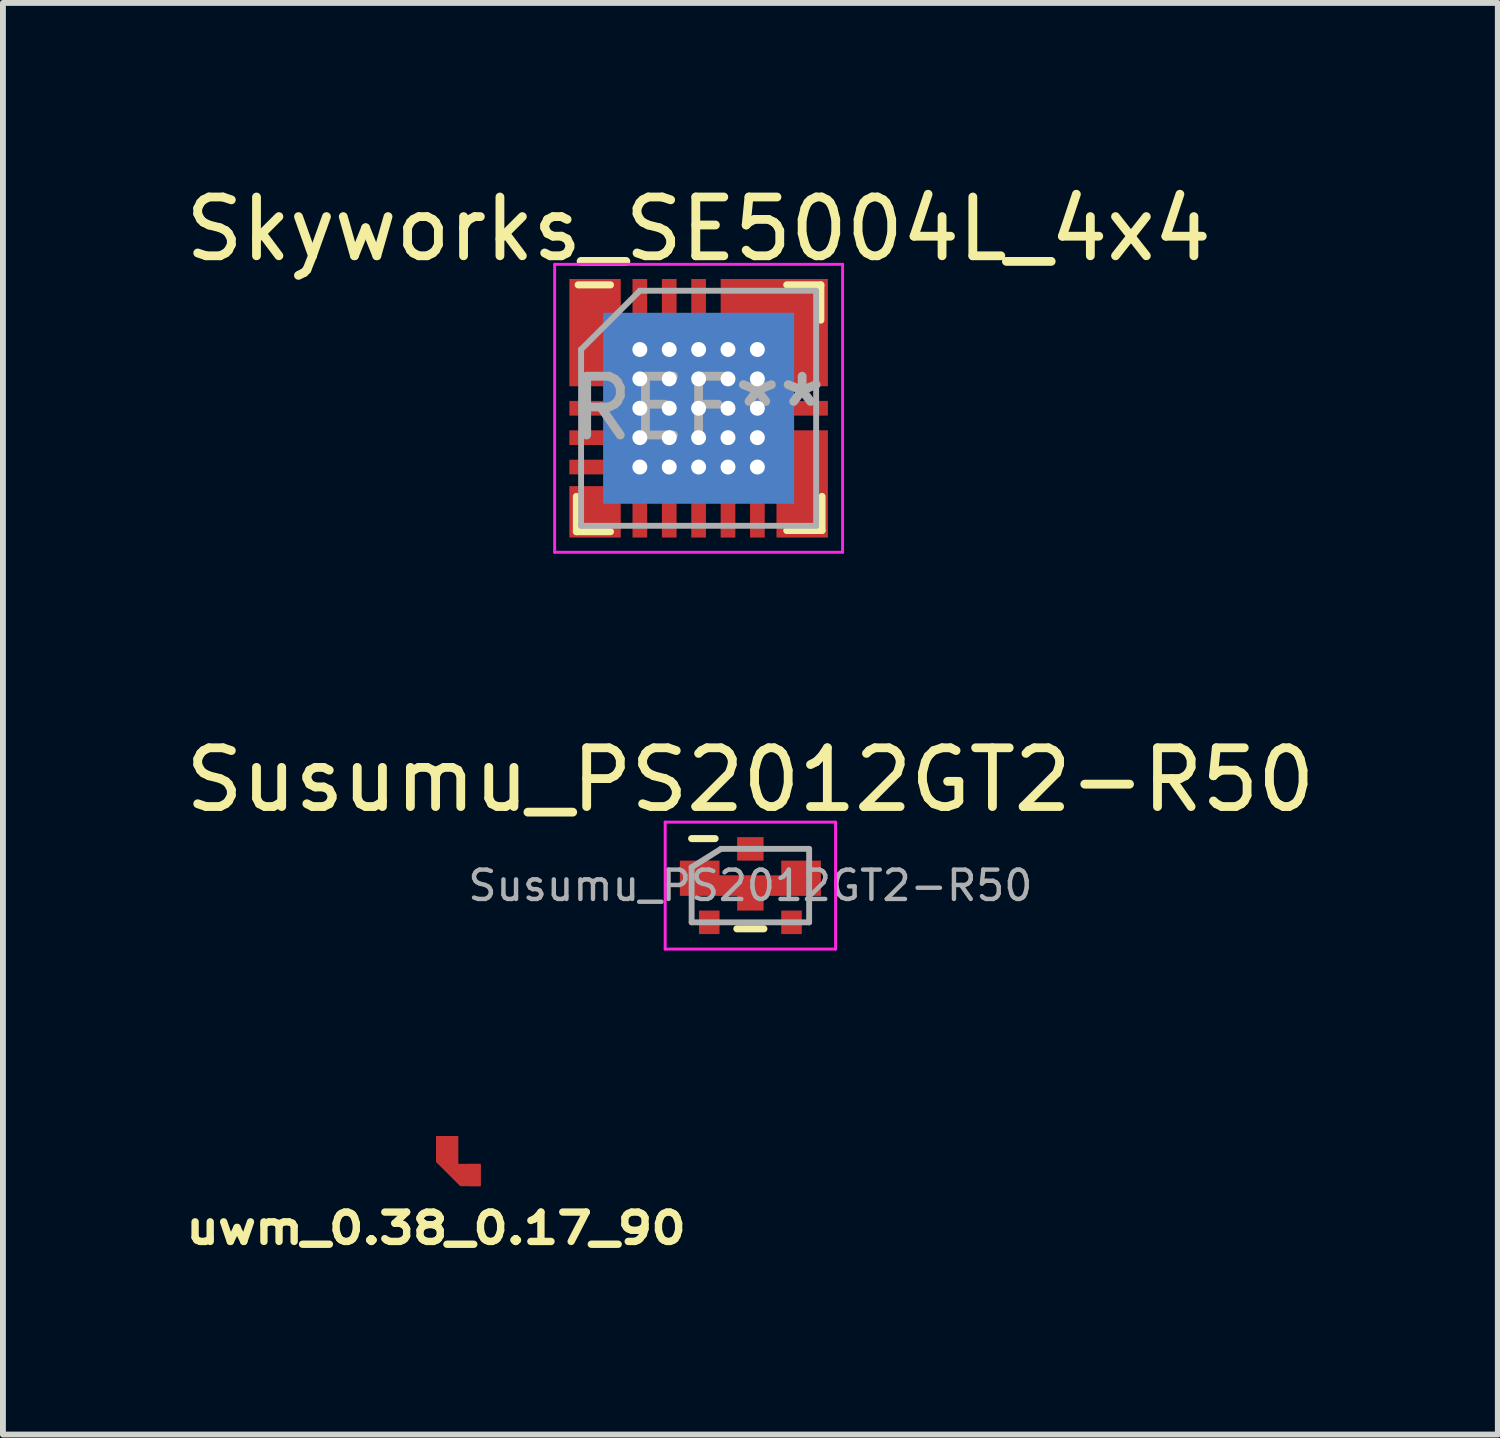
<source format=kicad_pcb>
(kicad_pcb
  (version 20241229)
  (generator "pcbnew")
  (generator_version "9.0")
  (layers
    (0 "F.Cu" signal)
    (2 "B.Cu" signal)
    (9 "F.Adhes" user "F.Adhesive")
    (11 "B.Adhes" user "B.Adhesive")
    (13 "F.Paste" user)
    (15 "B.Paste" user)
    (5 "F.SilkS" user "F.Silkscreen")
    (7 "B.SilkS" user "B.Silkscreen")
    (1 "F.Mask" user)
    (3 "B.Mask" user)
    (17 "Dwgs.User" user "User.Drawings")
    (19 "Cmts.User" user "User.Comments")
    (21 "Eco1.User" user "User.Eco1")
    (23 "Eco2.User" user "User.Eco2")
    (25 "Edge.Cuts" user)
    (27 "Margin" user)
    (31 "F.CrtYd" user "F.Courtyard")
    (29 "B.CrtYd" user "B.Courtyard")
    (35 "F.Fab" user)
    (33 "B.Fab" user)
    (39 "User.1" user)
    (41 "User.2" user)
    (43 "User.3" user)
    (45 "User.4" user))
  (footprint "Skyworks_SE5004L_4x4"
    (layer "F.Cu")
    (at 8.839 3.898)
    (property "Reference" "Skyworks_SE5004L_4x4" (at 0 -3.05 0) (layer "F.SilkS") (effects (font (size 1 1) (thickness 0.15))))
    (attr smd)
    (fp_poly (pts (xy -1.45 -0.825) (xy -2.25 -0.825) (xy -2.25 -1.175) (xy -1.45 -1.175)) (stroke (width 0) (type solid)) (fill yes) (layer "F.Mask"))
    (fp_poly (pts (xy -1.45 -0.325) (xy -2.25 -0.325) (xy -2.25 -0.675) (xy -1.45 -0.675)) (stroke (width 0) (type solid)) (fill yes) (layer "F.Mask"))
    (fp_poly (pts (xy -1.45 0.175) (xy -2.25 0.175) (xy -2.25 -0.175) (xy -1.45 -0.175)) (stroke (width 0) (type solid)) (fill yes) (layer "F.Mask"))
    (fp_poly (pts (xy -1.45 0.675) (xy -2.25 0.675) (xy -2.25 0.325) (xy -1.45 0.325)) (stroke (width 0) (type solid)) (fill yes) (layer "F.Mask"))
    (fp_poly (pts (xy -1.45 1.175) (xy -2.25 1.175) (xy -2.25 0.825) (xy -1.45 0.825)) (stroke (width 0) (type solid)) (fill yes) (layer "F.Mask"))
    (fp_poly (pts (xy -0.825 -2.25) (xy -0.825 -1.45) (xy -1.175 -1.45) (xy -1.175 -2.25)) (stroke (width 0) (type solid)) (fill yes) (layer "F.Mask"))
    (fp_poly (pts (xy -0.825 1.45) (xy -0.825 2.25) (xy -1.175 2.25) (xy -1.175 1.45)) (stroke (width 0) (type solid)) (fill yes) (layer "F.Mask"))
    (fp_poly (pts (xy -0.325 -2.25) (xy -0.325 -1.45) (xy -0.675 -1.45) (xy -0.675 -2.25)) (stroke (width 0) (type solid)) (fill yes) (layer "F.Mask"))
    (fp_poly (pts (xy -0.325 1.45) (xy -0.325 2.25) (xy -0.675 2.25) (xy -0.675 1.45)) (stroke (width 0) (type solid)) (fill yes) (layer "F.Mask"))
    (fp_poly (pts (xy 0.175 -2.25) (xy 0.175 -1.45) (xy -0.175 -1.45) (xy -0.175 -2.25)) (stroke (width 0) (type solid)) (fill yes) (layer "F.Mask"))
    (fp_poly (pts (xy 0.175 1.45) (xy 0.175 2.25) (xy -0.175 2.25) (xy -0.175 1.45)) (stroke (width 0) (type solid)) (fill yes) (layer "F.Mask"))
    (fp_poly (pts (xy 0.675 -2.25) (xy 0.675 -1.45) (xy 0.325 -1.45) (xy 0.325 -2.25)) (stroke (width 0) (type solid)) (fill yes) (layer "F.Mask"))
    (fp_poly (pts (xy 0.675 1.45) (xy 0.675 2.25) (xy 0.325 2.25) (xy 0.325 1.45)) (stroke (width 0) (type solid)) (fill yes) (layer "F.Mask"))
    (fp_poly (pts (xy 1.175 -2.25) (xy 1.175 -1.45) (xy 0.825 -1.45) (xy 0.825 -2.25)) (stroke (width 0) (type solid)) (fill yes) (layer "F.Mask"))
    (fp_poly (pts (xy 1.175 1.45) (xy 1.175 2.25) (xy 0.825 2.25) (xy 0.825 1.45)) (stroke (width 0) (type solid)) (fill yes) (layer "F.Mask"))
    (fp_poly (pts (xy 1.2 1.2) (xy -1.2 1.2) (xy -1.2 -1.2) (xy 1.2 -1.2)) (stroke (width 0) (type solid)) (fill yes) (layer "F.Mask"))
    (fp_poly (pts (xy 2.25 -0.825) (xy 1.45 -0.825) (xy 1.45 -1.175) (xy 2.25 -1.175)) (stroke (width 0) (type solid)) (fill yes) (layer "F.Mask"))
    (fp_poly (pts (xy 2.25 -0.325) (xy 1.45 -0.325) (xy 1.45 -0.675) (xy 2.25 -0.675)) (stroke (width 0) (type solid)) (fill yes) (layer "F.Mask"))
    (fp_poly (pts (xy 2.25 0.175) (xy 1.45 0.175) (xy 1.45 -0.175) (xy 2.25 -0.175)) (stroke (width 0) (type solid)) (fill yes) (layer "F.Mask"))
    (fp_poly (pts (xy 2.25 0.675) (xy 1.45 0.675) (xy 1.45 0.325) (xy 2.25 0.325)) (stroke (width 0) (type solid)) (fill yes) (layer "F.Mask"))
    (fp_poly (pts (xy 2.25 1.175) (xy 1.45 1.175) (xy 1.45 0.825) (xy 2.25 0.825)) (stroke (width 0) (type solid)) (fill yes) (layer "F.Mask"))
    (fp_poly (pts (xy 1.625 1.625) (xy -1.625 1.625) (xy -1.625 -1.625) (xy 1.625 -1.625)) (stroke (width 0) (type solid)) (fill yes) (layer "B.Cu"))
    (fp_line (start -2.08 1.5) (end -2.08 2.1) (stroke (width 0.12) (type solid)) (layer "F.SilkS"))
    (fp_line (start -2.05 -2.1) (end -1.5 -2.1) (stroke (width 0.12) (type solid)) (layer "F.SilkS"))
    (fp_line (start -1.5 2.1) (end -2.08 2.1) (stroke (width 0.12) (type solid)) (layer "F.SilkS"))
    (fp_line (start 1.5 -2.1) (end 2.08 -2.1) (stroke (width 0.12) (type solid)) (layer "F.SilkS"))
    (fp_line (start 1.5 2.08) (end 2.1 2.08) (stroke (width 0.12) (type solid)) (layer "F.SilkS"))
    (fp_line (start 2.08 -1.5) (end 2.08 -2.1) (stroke (width 0.12) (type solid)) (layer "F.SilkS"))
    (fp_line (start 2.1 1.5) (end 2.1 2.08) (stroke (width 0.12) (type solid)) (layer "F.SilkS"))
    (fp_poly (pts (xy -1.5 -0.875) (xy -2.2 -0.875) (xy -2.2 -1.125) (xy -1.5 -1.125)) (stroke (width 0) (type solid)) (fill yes) (layer "F.Paste"))
    (fp_poly (pts (xy -1.5 -0.375) (xy -2.2 -0.375) (xy -2.2 -0.625) (xy -1.5 -0.625)) (stroke (width 0) (type solid)) (fill yes) (layer "F.Paste"))
    (fp_poly (pts (xy -0.1 -0.1) (xy -1.15 -0.1) (xy -1.15 -1.15) (xy -0.1 -1.15)) (stroke (width 0) (type solid)) (fill yes) (layer "F.Paste"))
    (fp_poly (pts (xy -0.1 1.15) (xy -1.15 1.15) (xy -1.15 0.1) (xy -0.1 0.1)) (stroke (width 0) (type solid)) (fill yes) (layer "F.Paste"))
    (fp_poly (pts (xy 0.375 -1.5) (xy 0.375 -2.2) (xy 0.625 -2.2) (xy 0.625 -1.5)) (stroke (width 0) (type solid)) (fill yes) (layer "F.Paste"))
    (fp_poly (pts (xy 0.875 -1.5) (xy 0.875 -2.2) (xy 1.125 -2.2) (xy 1.125 -1.5)) (stroke (width 0) (type solid)) (fill yes) (layer "F.Paste"))
    (fp_poly (pts (xy 1.15 -0.1) (xy 0.1 -0.1) (xy 0.1 -1.15) (xy 1.15 -1.15)) (stroke (width 0) (type solid)) (fill yes) (layer "F.Paste"))
    (fp_poly (pts (xy 1.15 1.15) (xy 0.1 1.15) (xy 0.1 0.1) (xy 1.15 0.1)) (stroke (width 0) (type solid)) (fill yes) (layer "F.Paste"))
    (fp_poly (pts (xy 2.2 -0.875) (xy 1.5 -0.875) (xy 1.5 -1.125) (xy 2.2 -1.125)) (stroke (width 0) (type solid)) (fill yes) (layer "F.Paste"))
    (fp_poly (pts (xy 2.2 -0.375) (xy 1.5 -0.375) (xy 1.5 -0.625) (xy 2.2 -0.625)) (stroke (width 0) (type solid)) (fill yes) (layer "F.Paste"))
    (fp_poly (pts (xy 2.2 0.625) (xy 1.5 0.625) (xy 1.5 0.375) (xy 2.2 0.375)) (stroke (width 0) (type solid)) (fill yes) (layer "F.Paste"))
    (fp_poly (pts (xy 2.2 1.125) (xy 1.5 1.125) (xy 1.5 0.875) (xy 2.2 0.875)) (stroke (width 0) (type solid)) (fill yes) (layer "F.Paste"))
    (fp_line (start -2.45 -2.45) (end 2.45 -2.45) (stroke (width 0.05) (type solid)) (layer "F.CrtYd"))
    (fp_line (start -2.45 2.45) (end -2.45 -2.45) (stroke (width 0.05) (type solid)) (layer "F.CrtYd"))
    (fp_line (start 2.45 -2.45) (end 2.45 2.45) (stroke (width 0.05) (type solid)) (layer "F.CrtYd"))
    (fp_line (start 2.45 2.45) (end -2.45 2.45) (stroke (width 0.05) (type solid)) (layer "F.CrtYd"))
    (fp_line (start -2 -1) (end -1 -2) (stroke (width 0.1) (type solid)) (layer "F.Fab"))
    (fp_line (start -2 2) (end -2 -1) (stroke (width 0.1) (type solid)) (layer "F.Fab"))
    (fp_line (start -1 -2) (end 2 -2) (stroke (width 0.1) (type solid)) (layer "F.Fab"))
    (fp_line (start 2 -2) (end 2 2) (stroke (width 0.1) (type solid)) (layer "F.Fab"))
    (fp_line (start 2 2) (end -2 2) (stroke (width 0.1) (type solid)) (layer "F.Fab"))
    (fp_text user "REF**" (at 0 0 0) (layer "F.Fab") (effects (font (size 1 1) (thickness 0.15))))
    (pad "1" thru_hole circle (at -1 -1 270) (size 0.457 0.457) (drill 0.254) (layers "*.Cu" "F.Mask"))
    (pad "1" thru_hole circle (at -1 -0.5 270) (size 0.457 0.457) (drill 0.254) (layers "*.Cu" "F.Mask"))
    (pad "1" thru_hole circle (at -1 0 270) (size 0.457 0.457) (drill 0.254) (layers "*.Cu" "F.Mask"))
    (pad "1" thru_hole circle (at -1 0.5 270) (size 0.457 0.457) (drill 0.254) (layers "*.Cu" "F.Mask"))
    (pad "1" thru_hole circle (at -1 1 270) (size 0.457 0.457) (drill 0.254) (layers "*.Cu" "F.Mask"))
    (pad "1" thru_hole circle (at -0.5 -1 270) (size 0.457 0.457) (drill 0.254) (layers "*.Cu" "F.Mask"))
    (pad "1" thru_hole circle (at -0.5 -0.5 270) (size 0.457 0.457) (drill 0.254) (layers "*.Cu" "F.Mask"))
    (pad "1" thru_hole circle (at -0.5 0 270) (size 0.457 0.457) (drill 0.254) (layers "*.Cu" "F.Mask"))
    (pad "1" thru_hole circle (at -0.5 0.5 270) (size 0.457 0.457) (drill 0.254) (layers "*.Cu" "F.Mask"))
    (pad "1" thru_hole circle (at -0.5 1 270) (size 0.457 0.457) (drill 0.254) (layers "*.Cu" "F.Mask"))
    (pad "1" thru_hole circle (at 0 -1 270) (size 0.457 0.457) (drill 0.254) (layers "*.Cu" "F.Mask"))
    (pad "1" thru_hole circle (at 0 -0.5 270) (size 0.457 0.457) (drill 0.254) (layers "*.Cu" "F.Mask"))
    (pad "1" smd custom (at 0 0) (size 0.25 0.7) (layers "F.Cu") (options (anchor rect)) (primitives (gr_poly (pts (xy -1.325 -1.3) (xy 0.375 -1.3) (xy 0.375 -2.2) (xy 2.2 -2.2) (xy 2.2 -0.375) (xy 1.3 -0.375) (xy 1.3 0.375) (xy 2.2 0.375) (xy 2.2 2.2) (xy 1.325 2.2) (xy 1.325 1.3) (xy -1.21 1.3) (xy -1.325 1.415) (xy -1.325 2.2) (xy -2.2 2.2) (xy -2.2 1.325) (xy -1.415 1.325) (xy -1.3 1.21) (xy -1.3 0.625) (xy -2.2 0.625) (xy -2.2 0.375) (xy -1.3 0.375) (xy -1.3 -0.375) (xy -2.2 -0.375) (xy -2.2 -2.2) (xy -1.325 -2.2)) (width 0) (fill yes))))
    (pad "1" thru_hole circle (at 0 0 270) (size 0.457 0.457) (drill 0.254) (layers "*.Cu" "F.Mask"))
    (pad "1" thru_hole circle (at 0 0.5 270) (size 0.457 0.457) (drill 0.254) (layers "*.Cu" "F.Mask"))
    (pad "1" thru_hole circle (at 0 1 270) (size 0.457 0.457) (drill 0.254) (layers "*.Cu" "F.Mask"))
    (pad "1" thru_hole circle (at 0.5 -1 270) (size 0.457 0.457) (drill 0.254) (layers "*.Cu" "F.Mask"))
    (pad "1" thru_hole circle (at 0.5 -0.5 270) (size 0.457 0.457) (drill 0.254) (layers "*.Cu" "F.Mask"))
    (pad "1" thru_hole circle (at 0.5 0 270) (size 0.457 0.457) (drill 0.254) (layers "*.Cu" "F.Mask"))
    (pad "1" thru_hole circle (at 0.5 0.5 270) (size 0.457 0.457) (drill 0.254) (layers "*.Cu" "F.Mask"))
    (pad "1" thru_hole circle (at 0.5 1 270) (size 0.457 0.457) (drill 0.254) (layers "*.Cu" "F.Mask"))
    (pad "1" thru_hole circle (at 1 -1 270) (size 0.457 0.457) (drill 0.254) (layers "*.Cu" "F.Mask"))
    (pad "1" thru_hole circle (at 1 -0.5 270) (size 0.457 0.457) (drill 0.254) (layers "*.Cu" "F.Mask"))
    (pad "1" thru_hole circle (at 1 0 270) (size 0.457 0.457) (drill 0.254) (layers "*.Cu" "F.Mask"))
    (pad "1" thru_hole circle (at 1 0.5 270) (size 0.457 0.457) (drill 0.254) (layers "*.Cu" "F.Mask"))
    (pad "1" thru_hole circle (at 1 1 270) (size 0.457 0.457) (drill 0.254) (layers "*.Cu" "F.Mask"))
    (pad "3" smd rect (at -1.85 0 90) (size 0.25 0.7) (layers "F.Cu" "F.Paste"))
    (pad "5" smd rect (at -1.85 1 90) (size 0.25 0.7) (layers "F.Cu" "F.Paste"))
    (pad "6" smd rect (at -1 1.85 180) (size 0.25 0.7) (layers "F.Cu" "F.Paste"))
    (pad "7" smd rect (at -0.5 1.85 180) (size 0.25 0.7) (layers "F.Cu" "F.Paste"))
    (pad "8" smd rect (at 0 1.85 180) (size 0.25 0.7) (layers "F.Cu" "F.Paste"))
    (pad "9" smd rect (at 0.5 1.85 180) (size 0.25 0.7) (layers "F.Cu" "F.Paste"))
    (pad "10" smd rect (at 1 1.85 180) (size 0.25 0.7) (layers "F.Cu" "F.Paste"))
    (pad "13" smd rect (at 1.85 0 90) (size 0.25 0.7) (layers "F.Cu" "F.Paste"))
    (pad "18" smd rect (at 0 -1.85 180) (size 0.25 0.7) (layers "F.Cu" "F.Paste"))
    (pad "19" smd rect (at -0.5 -1.85 180) (size 0.25 0.7) (layers "F.Cu" "F.Paste"))
    (pad "20" smd rect (at -1 -1.85 180) (size 0.25 0.7) (layers "F.Cu" "F.Paste")))
  (footprint "uwm_0.38_0.17_90"
    (layer "F.Cu")
    (at 4.56 16.377)
    (property "Reference" "uwm_0.38_0.17_90" (at -0.19 1.475 0) (layer "F.SilkS") (effects (font (size 0.5 0.6) (thickness 0.125))))
    (attr exclude_from_pos_files exclude_from_bom)
    (pad "1" smd custom (at 0 0) (size 0.38 0.19) (layers "F.Cu" "F.Mask") (options (anchor rect)) (primitives (gr_poly (pts (xy -0.19 0) (xy 0.19 0) (xy 0.19 0.38) (xy 0.57 0.38) (xy 0.57 0.76) (xy 0.223 0.76) (xy -0.19 0.347) (xy -0.19 0)) (width 0) (fill yes))))
    (pad "1" smd rect (at 0.475 0.57) (size 0.19 0.38) (layers "F.Cu")))
  (footprint "Susumu_PS2012GT2-R50"
    (layer "F.Cu")
    (at 9.72 12.021)
    (property "Reference" "Susumu_PS2012GT2-R50" (at 0 -1.8 0) (layer "F.SilkS") (effects (font (size 1 1) (thickness 0.15))))
    (attr smd)
    (fp_line (start -1 -0.8) (end -0.6 -0.8) (stroke (width 0.12) (type solid)) (layer "F.SilkS"))
    (fp_line (start -0.23 0.735) (end 0.23 0.735) (stroke (width 0.12) (type solid)) (layer "F.SilkS"))
    (fp_line (start -1.45 -1.08) (end -1.45 1.08) (stroke (width 0.05) (type solid)) (layer "F.CrtYd"))
    (fp_line (start 1.45 -1.08) (end -1.45 -1.08) (stroke (width 0.05) (type solid)) (layer "F.CrtYd"))
    (fp_line (start 1.45 -1.08) (end 1.45 1.08) (stroke (width 0.05) (type solid)) (layer "F.CrtYd"))
    (fp_line (start 1.45 1.08) (end -1.45 1.08) (stroke (width 0.05) (type solid)) (layer "F.CrtYd"))
    (fp_line (start -1 -0.312) (end -1 0.625) (stroke (width 0.1) (type solid)) (layer "F.Fab"))
    (fp_line (start -1 -0.312) (end -0.5 -0.625) (stroke (width 0.1) (type solid)) (layer "F.Fab"))
    (fp_line (start 1 -0.625) (end -0.5 -0.625) (stroke (width 0.1) (type solid)) (layer "F.Fab"))
    (fp_line (start 1 -0.625) (end 1 0.625) (stroke (width 0.1) (type solid)) (layer "F.Fab"))
    (fp_line (start 1 0.625) (end -1 0.625) (stroke (width 0.1) (type solid)) (layer "F.Fab"))
    (fp_text user "${REFERENCE}" (at 0 0 0) (layer "F.Fab") (effects (font (size 0.5 0.5) (thickness 0.075))))
    (pad "1" smd rect (at 0 -0.625) (size 0.45 0.4) (layers "F.Cu" "F.Mask" "F.Paste"))
    (pad "2" smd rect (at -0.7 0.625) (size 0.35 0.4) (layers "F.Cu" "F.Mask" "F.Paste"))
    (pad "3" smd rect (at 0.7 0.625) (size 0.35 0.4) (layers "F.Cu" "F.Mask" "F.Paste"))
    (pad "4" smd custom (at 0 0.145) (size 0.35 0.4) (layers "F.Cu" "F.Mask" "F.Paste") (options (anchor rect)) (primitives (gr_poly (pts (xy 1.2 0.03) (xy 0.225 0.03) (xy 0.225 0.28) (xy -0.225 0.28) (xy -0.225 0.03) (xy -1.2 0.03) (xy -1.2 -0.57) (xy -0.525 -0.57) (xy -0.525 -0.32) (xy 0.525 -0.32) (xy 0.525 -0.57) (xy 1.2 -0.57)) (width 0) (fill yes)))))
  (gr_rect
    (start -3 -3)
    (end 22.44 21.363)
    (stroke (width 0.1) (type default))
    (fill no)
    (layer "Edge.Cuts")))
</source>
